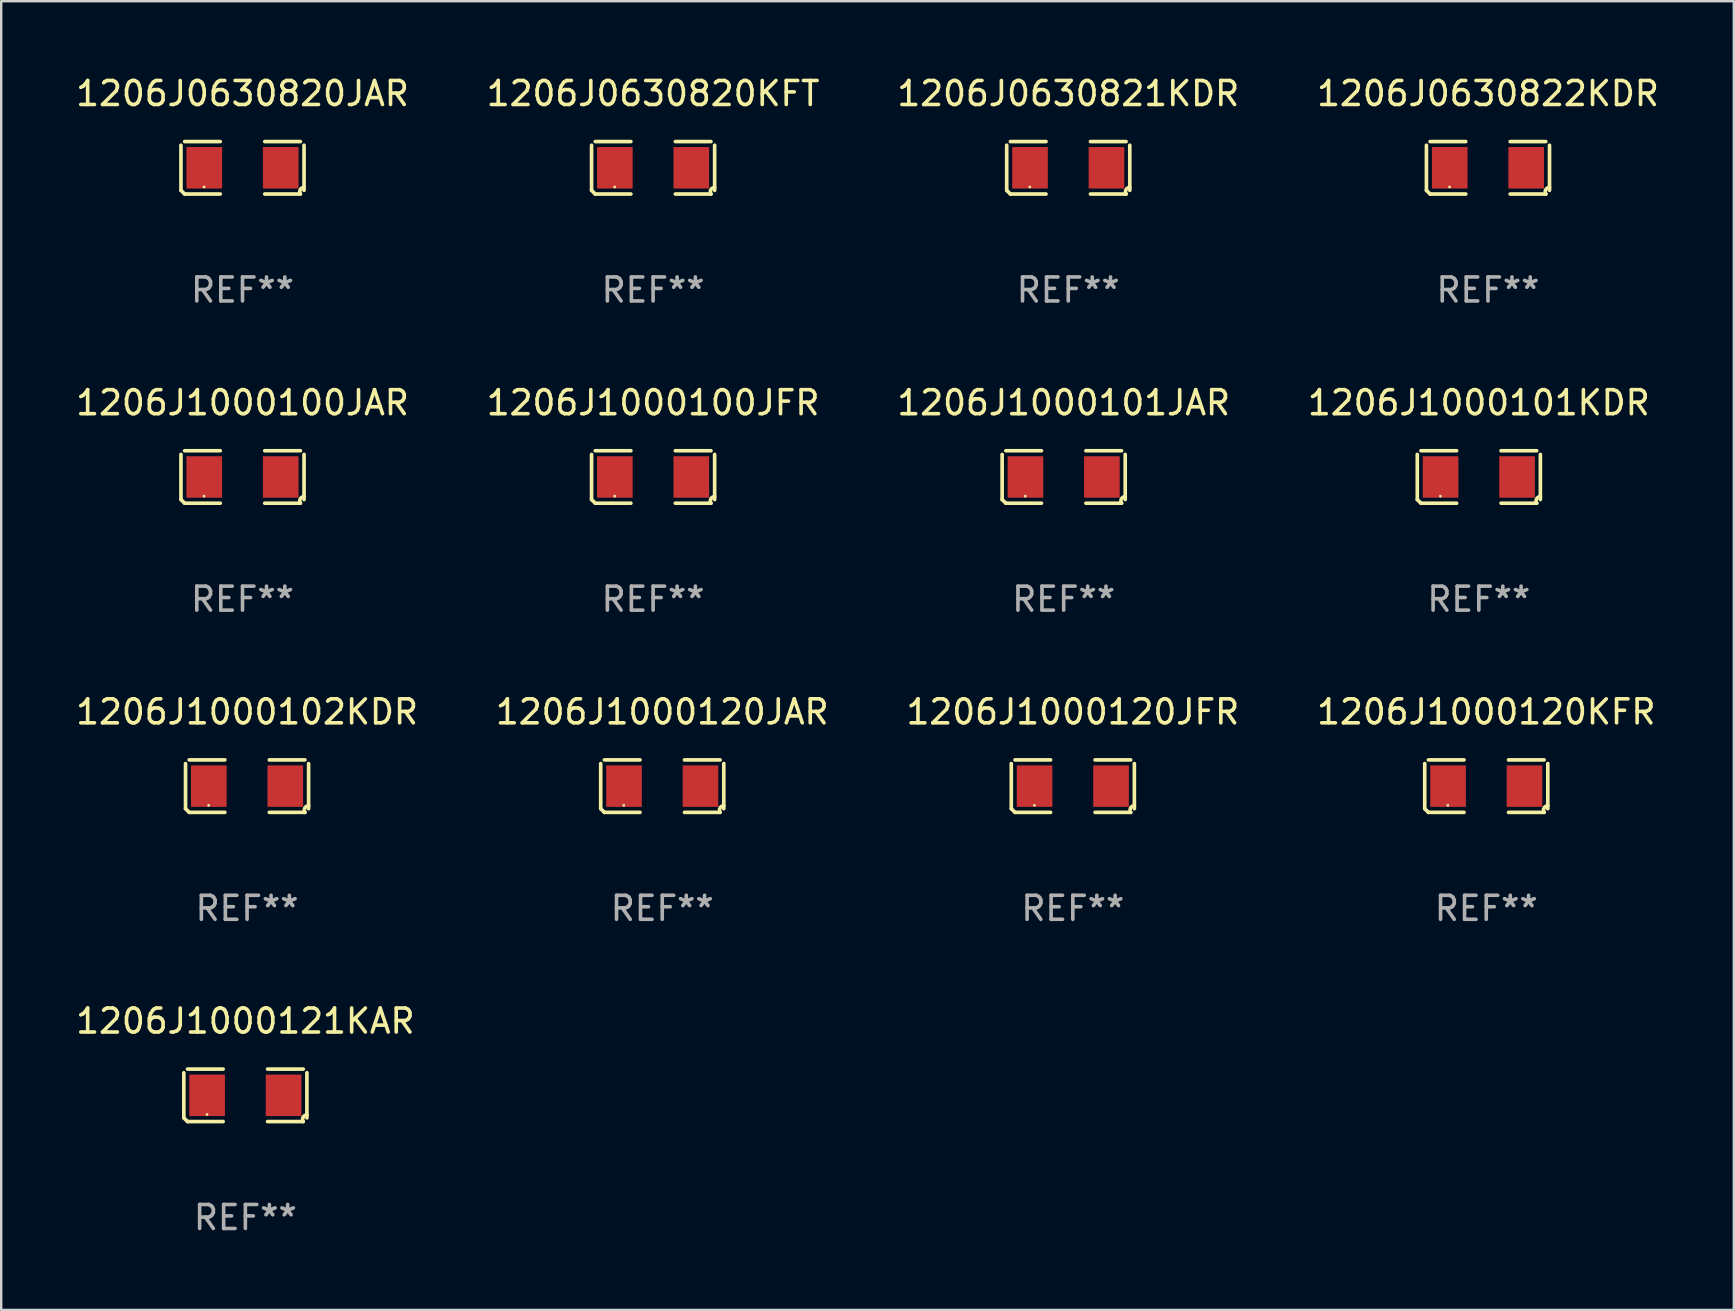
<source format=kicad_pcb>
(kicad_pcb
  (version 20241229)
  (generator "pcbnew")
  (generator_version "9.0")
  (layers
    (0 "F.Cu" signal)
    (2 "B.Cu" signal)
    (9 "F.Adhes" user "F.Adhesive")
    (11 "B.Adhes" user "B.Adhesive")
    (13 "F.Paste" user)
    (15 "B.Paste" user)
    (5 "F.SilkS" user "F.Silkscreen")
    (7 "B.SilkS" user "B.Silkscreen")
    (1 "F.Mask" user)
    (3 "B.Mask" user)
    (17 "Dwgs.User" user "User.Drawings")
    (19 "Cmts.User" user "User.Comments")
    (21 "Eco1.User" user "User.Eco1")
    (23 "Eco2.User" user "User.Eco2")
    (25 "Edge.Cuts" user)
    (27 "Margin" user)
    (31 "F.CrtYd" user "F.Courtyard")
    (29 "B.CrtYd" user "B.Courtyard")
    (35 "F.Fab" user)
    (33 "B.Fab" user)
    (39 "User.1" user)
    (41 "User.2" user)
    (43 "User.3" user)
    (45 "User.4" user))
  (footprint "1206J0630822KDR"
    (layer "F.Cu")
    (at 58.946 3.941)
    (property "Reference" "1206J0630822KDR" (at 0 -3.093 0) (layer "F.SilkS") (effects (font (size 1 1) (thickness 0.15))))
    (attr through_hole)
    (fp_line (start -2.564 0.94) (end -2.564 -0.94) (stroke (width 0.152) (type solid)) (layer "F.SilkS"))
    (fp_line (start -2.411 -1.093) (end -0.926 -1.093) (stroke (width 0.152) (type solid)) (layer "F.SilkS"))
    (fp_line (start -0.926 1.093) (end -2.411 1.093) (stroke (width 0.152) (type solid)) (layer "F.SilkS"))
    (fp_line (start 0.926 1.093) (end 2.411 1.093) (stroke (width 0.152) (type solid)) (layer "F.SilkS"))
    (fp_line (start 2.411 -1.093) (end 0.926 -1.093) (stroke (width 0.152) (type solid)) (layer "F.SilkS"))
    (fp_line (start 2.564 0.94) (end 2.564 -0.94) (stroke (width 0.152) (type solid)) (layer "F.SilkS"))
    (fp_arc (start -2.411201 1.092609) (mid -2.487413 1.01642) (end -2.563602 0.940208) (stroke (width 0.1524) (type solid)) (layer "F.SilkS"))
    (fp_arc (start 2.411201 1.092609) (mid 2.407159 0.911226) (end 2.563602 0.819347) (stroke (width 0.1524) (type solid)) (layer "F.SilkS"))
    (fp_circle (center -1.6 0.8) (end -1.57 0.8) (stroke (width 0.06) (type solid)) (fill no) (layer "F.SilkS"))
    (fp_text user "REF**" (at 0 5.093 0) (layer "F.Fab") (effects (font (size 1 1) (thickness 0.15))))
    (pad "1" smd rect (at -1.593 0) (size 1.485 1.728) (layers "F.Cu" "F.Mask" "F.Paste"))
    (pad "2" smd rect (at 1.593 0) (size 1.485 1.728) (layers "F.Cu" "F.Mask" "F.Paste")))
  (footprint "1206J1000121KAR"
    (layer "F.Cu")
    (at 7.173 42.586)
    (property "Reference" "1206J1000121KAR" (at 0 -3.093 0) (layer "F.SilkS") (effects (font (size 1 1) (thickness 0.15))))
    (attr through_hole)
    (fp_line (start -2.564 0.94) (end -2.564 -0.94) (stroke (width 0.152) (type solid)) (layer "F.SilkS"))
    (fp_line (start -2.411 -1.093) (end -0.926 -1.093) (stroke (width 0.152) (type solid)) (layer "F.SilkS"))
    (fp_line (start -0.926 1.093) (end -2.411 1.093) (stroke (width 0.152) (type solid)) (layer "F.SilkS"))
    (fp_line (start 0.926 1.093) (end 2.411 1.093) (stroke (width 0.152) (type solid)) (layer "F.SilkS"))
    (fp_line (start 2.411 -1.093) (end 0.926 -1.093) (stroke (width 0.152) (type solid)) (layer "F.SilkS"))
    (fp_line (start 2.564 0.94) (end 2.564 -0.94) (stroke (width 0.152) (type solid)) (layer "F.SilkS"))
    (fp_arc (start -2.411201 1.092609) (mid -2.487413 1.01642) (end -2.563602 0.940208) (stroke (width 0.1524) (type solid)) (layer "F.SilkS"))
    (fp_arc (start 2.411201 1.092609) (mid 2.407159 0.911226) (end 2.563602 0.819347) (stroke (width 0.1524) (type solid)) (layer "F.SilkS"))
    (fp_circle (center -1.6 0.8) (end -1.57 0.8) (stroke (width 0.06) (type solid)) (fill no) (layer "F.SilkS"))
    (fp_text user "REF**" (at 0 5.093 0) (layer "F.Fab") (effects (font (size 1 1) (thickness 0.15))))
    (pad "1" smd rect (at -1.593 0) (size 1.485 1.728) (layers "F.Cu" "F.Mask" "F.Paste"))
    (pad "2" smd rect (at 1.593 0) (size 1.485 1.728) (layers "F.Cu" "F.Mask" "F.Paste")))
  (footprint "1206J1000101KDR"
    (layer "F.Cu")
    (at 58.565 16.823)
    (property "Reference" "1206J1000101KDR" (at 0 -3.093 0) (layer "F.SilkS") (effects (font (size 1 1) (thickness 0.15))))
    (attr through_hole)
    (fp_line (start -2.564 0.94) (end -2.564 -0.94) (stroke (width 0.152) (type solid)) (layer "F.SilkS"))
    (fp_line (start -2.411 -1.093) (end -0.926 -1.093) (stroke (width 0.152) (type solid)) (layer "F.SilkS"))
    (fp_line (start -0.926 1.093) (end -2.411 1.093) (stroke (width 0.152) (type solid)) (layer "F.SilkS"))
    (fp_line (start 0.926 1.093) (end 2.411 1.093) (stroke (width 0.152) (type solid)) (layer "F.SilkS"))
    (fp_line (start 2.411 -1.093) (end 0.926 -1.093) (stroke (width 0.152) (type solid)) (layer "F.SilkS"))
    (fp_line (start 2.564 0.94) (end 2.564 -0.94) (stroke (width 0.152) (type solid)) (layer "F.SilkS"))
    (fp_arc (start -2.411201 1.092609) (mid -2.487413 1.01642) (end -2.563602 0.940208) (stroke (width 0.1524) (type solid)) (layer "F.SilkS"))
    (fp_arc (start 2.411201 1.092609) (mid 2.407159 0.911226) (end 2.563602 0.819347) (stroke (width 0.1524) (type solid)) (layer "F.SilkS"))
    (fp_circle (center -1.6 0.8) (end -1.57 0.8) (stroke (width 0.06) (type solid)) (fill no) (layer "F.SilkS"))
    (fp_text user "REF**" (at 0 5.093 0) (layer "F.Fab") (effects (font (size 1 1) (thickness 0.15))))
    (pad "1" smd rect (at -1.593 0) (size 1.485 1.728) (layers "F.Cu" "F.Mask" "F.Paste"))
    (pad "2" smd rect (at 1.593 0) (size 1.485 1.728) (layers "F.Cu" "F.Mask" "F.Paste")))
  (footprint "1206J0630820JAR"
    (layer "F.Cu")
    (at 7.054 3.941)
    (property "Reference" "1206J0630820JAR" (at 0 -3.093 0) (layer "F.SilkS") (effects (font (size 1 1) (thickness 0.15))))
    (attr through_hole)
    (fp_line (start -2.564 0.94) (end -2.564 -0.94) (stroke (width 0.152) (type solid)) (layer "F.SilkS"))
    (fp_line (start -2.411 -1.093) (end -0.926 -1.093) (stroke (width 0.152) (type solid)) (layer "F.SilkS"))
    (fp_line (start -0.926 1.093) (end -2.411 1.093) (stroke (width 0.152) (type solid)) (layer "F.SilkS"))
    (fp_line (start 0.926 1.093) (end 2.411 1.093) (stroke (width 0.152) (type solid)) (layer "F.SilkS"))
    (fp_line (start 2.411 -1.093) (end 0.926 -1.093) (stroke (width 0.152) (type solid)) (layer "F.SilkS"))
    (fp_line (start 2.564 0.94) (end 2.564 -0.94) (stroke (width 0.152) (type solid)) (layer "F.SilkS"))
    (fp_arc (start -2.411201 1.092609) (mid -2.487413 1.01642) (end -2.563602 0.940208) (stroke (width 0.1524) (type solid)) (layer "F.SilkS"))
    (fp_arc (start 2.411201 1.092609) (mid 2.407159 0.911226) (end 2.563602 0.819347) (stroke (width 0.1524) (type solid)) (layer "F.SilkS"))
    (fp_circle (center -1.6 0.8) (end -1.57 0.8) (stroke (width 0.06) (type solid)) (fill no) (layer "F.SilkS"))
    (fp_text user "REF**" (at 0 5.093 0) (layer "F.Fab") (effects (font (size 1 1) (thickness 0.15))))
    (pad "1" smd rect (at -1.593 0) (size 1.485 1.728) (layers "F.Cu" "F.Mask" "F.Paste"))
    (pad "2" smd rect (at 1.593 0) (size 1.485 1.728) (layers "F.Cu" "F.Mask" "F.Paste")))
  (footprint "1206J1000120JAR"
    (layer "F.Cu")
    (at 24.542 29.704)
    (property "Reference" "1206J1000120JAR" (at 0 -3.093 0) (layer "F.SilkS") (effects (font (size 1 1) (thickness 0.15))))
    (attr through_hole)
    (fp_line (start -2.564 0.94) (end -2.564 -0.94) (stroke (width 0.152) (type solid)) (layer "F.SilkS"))
    (fp_line (start -2.411 -1.093) (end -0.926 -1.093) (stroke (width 0.152) (type solid)) (layer "F.SilkS"))
    (fp_line (start -0.926 1.093) (end -2.411 1.093) (stroke (width 0.152) (type solid)) (layer "F.SilkS"))
    (fp_line (start 0.926 1.093) (end 2.411 1.093) (stroke (width 0.152) (type solid)) (layer "F.SilkS"))
    (fp_line (start 2.411 -1.093) (end 0.926 -1.093) (stroke (width 0.152) (type solid)) (layer "F.SilkS"))
    (fp_line (start 2.564 0.94) (end 2.564 -0.94) (stroke (width 0.152) (type solid)) (layer "F.SilkS"))
    (fp_arc (start -2.411201 1.092609) (mid -2.487413 1.01642) (end -2.563602 0.940208) (stroke (width 0.1524) (type solid)) (layer "F.SilkS"))
    (fp_arc (start 2.411201 1.092609) (mid 2.407159 0.911226) (end 2.563602 0.819347) (stroke (width 0.1524) (type solid)) (layer "F.SilkS"))
    (fp_circle (center -1.6 0.8) (end -1.57 0.8) (stroke (width 0.06) (type solid)) (fill no) (layer "F.SilkS"))
    (fp_text user "REF**" (at 0 5.093 0) (layer "F.Fab") (effects (font (size 1 1) (thickness 0.15))))
    (pad "1" smd rect (at -1.593 0) (size 1.485 1.728) (layers "F.Cu" "F.Mask" "F.Paste"))
    (pad "2" smd rect (at 1.593 0) (size 1.485 1.728) (layers "F.Cu" "F.Mask" "F.Paste")))
  (footprint "1206J1000120KFR"
    (layer "F.Cu")
    (at 58.875 29.704)
    (property "Reference" "1206J1000120KFR" (at 0 -3.093 0) (layer "F.SilkS") (effects (font (size 1 1) (thickness 0.15))))
    (attr through_hole)
    (fp_line (start -2.564 0.94) (end -2.564 -0.94) (stroke (width 0.152) (type solid)) (layer "F.SilkS"))
    (fp_line (start -2.411 -1.093) (end -0.926 -1.093) (stroke (width 0.152) (type solid)) (layer "F.SilkS"))
    (fp_line (start -0.926 1.093) (end -2.411 1.093) (stroke (width 0.152) (type solid)) (layer "F.SilkS"))
    (fp_line (start 0.926 1.093) (end 2.411 1.093) (stroke (width 0.152) (type solid)) (layer "F.SilkS"))
    (fp_line (start 2.411 -1.093) (end 0.926 -1.093) (stroke (width 0.152) (type solid)) (layer "F.SilkS"))
    (fp_line (start 2.564 0.94) (end 2.564 -0.94) (stroke (width 0.152) (type solid)) (layer "F.SilkS"))
    (fp_arc (start -2.411201 1.092609) (mid -2.487413 1.01642) (end -2.563602 0.940208) (stroke (width 0.1524) (type solid)) (layer "F.SilkS"))
    (fp_arc (start 2.411201 1.092609) (mid 2.407159 0.911226) (end 2.563602 0.819347) (stroke (width 0.1524) (type solid)) (layer "F.SilkS"))
    (fp_circle (center -1.6 0.8) (end -1.57 0.8) (stroke (width 0.06) (type solid)) (fill no) (layer "F.SilkS"))
    (fp_text user "REF**" (at 0 5.093 0) (layer "F.Fab") (effects (font (size 1 1) (thickness 0.15))))
    (pad "1" smd rect (at -1.593 0) (size 1.485 1.728) (layers "F.Cu" "F.Mask" "F.Paste"))
    (pad "2" smd rect (at 1.593 0) (size 1.485 1.728) (layers "F.Cu" "F.Mask" "F.Paste")))
  (footprint "1206J0630821KDR"
    (layer "F.Cu")
    (at 41.458 3.941)
    (property "Reference" "1206J0630821KDR" (at 0 -3.093 0) (layer "F.SilkS") (effects (font (size 1 1) (thickness 0.15))))
    (attr through_hole)
    (fp_line (start -2.564 0.94) (end -2.564 -0.94) (stroke (width 0.152) (type solid)) (layer "F.SilkS"))
    (fp_line (start -2.411 -1.093) (end -0.926 -1.093) (stroke (width 0.152) (type solid)) (layer "F.SilkS"))
    (fp_line (start -0.926 1.093) (end -2.411 1.093) (stroke (width 0.152) (type solid)) (layer "F.SilkS"))
    (fp_line (start 0.926 1.093) (end 2.411 1.093) (stroke (width 0.152) (type solid)) (layer "F.SilkS"))
    (fp_line (start 2.411 -1.093) (end 0.926 -1.093) (stroke (width 0.152) (type solid)) (layer "F.SilkS"))
    (fp_line (start 2.564 0.94) (end 2.564 -0.94) (stroke (width 0.152) (type solid)) (layer "F.SilkS"))
    (fp_arc (start -2.411201 1.092609) (mid -2.487413 1.01642) (end -2.563602 0.940208) (stroke (width 0.1524) (type solid)) (layer "F.SilkS"))
    (fp_arc (start 2.411201 1.092609) (mid 2.407159 0.911226) (end 2.563602 0.819347) (stroke (width 0.1524) (type solid)) (layer "F.SilkS"))
    (fp_circle (center -1.6 0.8) (end -1.57 0.8) (stroke (width 0.06) (type solid)) (fill no) (layer "F.SilkS"))
    (fp_text user "REF**" (at 0 5.093 0) (layer "F.Fab") (effects (font (size 1 1) (thickness 0.15))))
    (pad "1" smd rect (at -1.593 0) (size 1.485 1.728) (layers "F.Cu" "F.Mask" "F.Paste"))
    (pad "2" smd rect (at 1.593 0) (size 1.485 1.728) (layers "F.Cu" "F.Mask" "F.Paste")))
  (footprint "1206J1000101JAR"
    (layer "F.Cu")
    (at 41.268 16.823)
    (property "Reference" "1206J1000101JAR" (at 0 -3.093 0) (layer "F.SilkS") (effects (font (size 1 1) (thickness 0.15))))
    (attr through_hole)
    (fp_line (start -2.564 0.94) (end -2.564 -0.94) (stroke (width 0.152) (type solid)) (layer "F.SilkS"))
    (fp_line (start -2.411 -1.093) (end -0.926 -1.093) (stroke (width 0.152) (type solid)) (layer "F.SilkS"))
    (fp_line (start -0.926 1.093) (end -2.411 1.093) (stroke (width 0.152) (type solid)) (layer "F.SilkS"))
    (fp_line (start 0.926 1.093) (end 2.411 1.093) (stroke (width 0.152) (type solid)) (layer "F.SilkS"))
    (fp_line (start 2.411 -1.093) (end 0.926 -1.093) (stroke (width 0.152) (type solid)) (layer "F.SilkS"))
    (fp_line (start 2.564 0.94) (end 2.564 -0.94) (stroke (width 0.152) (type solid)) (layer "F.SilkS"))
    (fp_arc (start -2.411201 1.092609) (mid -2.487413 1.01642) (end -2.563602 0.940208) (stroke (width 0.1524) (type solid)) (layer "F.SilkS"))
    (fp_arc (start 2.411201 1.092609) (mid 2.407159 0.911226) (end 2.563602 0.819347) (stroke (width 0.1524) (type solid)) (layer "F.SilkS"))
    (fp_circle (center -1.6 0.8) (end -1.57 0.8) (stroke (width 0.06) (type solid)) (fill no) (layer "F.SilkS"))
    (fp_text user "REF**" (at 0 5.093 0) (layer "F.Fab") (effects (font (size 1 1) (thickness 0.15))))
    (pad "1" smd rect (at -1.593 0) (size 1.485 1.728) (layers "F.Cu" "F.Mask" "F.Paste"))
    (pad "2" smd rect (at 1.593 0) (size 1.485 1.728) (layers "F.Cu" "F.Mask" "F.Paste")))
  (footprint "1206J1000120JFR"
    (layer "F.Cu")
    (at 41.649 29.704)
    (property "Reference" "1206J1000120JFR" (at 0 -3.093 0) (layer "F.SilkS") (effects (font (size 1 1) (thickness 0.15))))
    (attr through_hole)
    (fp_line (start -2.564 0.94) (end -2.564 -0.94) (stroke (width 0.152) (type solid)) (layer "F.SilkS"))
    (fp_line (start -2.411 -1.093) (end -0.926 -1.093) (stroke (width 0.152) (type solid)) (layer "F.SilkS"))
    (fp_line (start -0.926 1.093) (end -2.411 1.093) (stroke (width 0.152) (type solid)) (layer "F.SilkS"))
    (fp_line (start 0.926 1.093) (end 2.411 1.093) (stroke (width 0.152) (type solid)) (layer "F.SilkS"))
    (fp_line (start 2.411 -1.093) (end 0.926 -1.093) (stroke (width 0.152) (type solid)) (layer "F.SilkS"))
    (fp_line (start 2.564 0.94) (end 2.564 -0.94) (stroke (width 0.152) (type solid)) (layer "F.SilkS"))
    (fp_arc (start -2.411201 1.092609) (mid -2.487413 1.01642) (end -2.563602 0.940208) (stroke (width 0.1524) (type solid)) (layer "F.SilkS"))
    (fp_arc (start 2.411201 1.092609) (mid 2.407159 0.911226) (end 2.563602 0.819347) (stroke (width 0.1524) (type solid)) (layer "F.SilkS"))
    (fp_circle (center -1.6 0.8) (end -1.57 0.8) (stroke (width 0.06) (type solid)) (fill no) (layer "F.SilkS"))
    (fp_text user "REF**" (at 0 5.093 0) (layer "F.Fab") (effects (font (size 1 1) (thickness 0.15))))
    (pad "1" smd rect (at -1.593 0) (size 1.485 1.728) (layers "F.Cu" "F.Mask" "F.Paste"))
    (pad "2" smd rect (at 1.593 0) (size 1.485 1.728) (layers "F.Cu" "F.Mask" "F.Paste")))
  (footprint "1206J0630820KFT"
    (layer "F.Cu")
    (at 24.161 3.941)
    (property "Reference" "1206J0630820KFT" (at 0 -3.093 0) (layer "F.SilkS") (effects (font (size 1 1) (thickness 0.15))))
    (attr through_hole)
    (fp_line (start -2.564 0.94) (end -2.564 -0.94) (stroke (width 0.152) (type solid)) (layer "F.SilkS"))
    (fp_line (start -2.411 -1.093) (end -0.926 -1.093) (stroke (width 0.152) (type solid)) (layer "F.SilkS"))
    (fp_line (start -0.926 1.093) (end -2.411 1.093) (stroke (width 0.152) (type solid)) (layer "F.SilkS"))
    (fp_line (start 0.926 1.093) (end 2.411 1.093) (stroke (width 0.152) (type solid)) (layer "F.SilkS"))
    (fp_line (start 2.411 -1.093) (end 0.926 -1.093) (stroke (width 0.152) (type solid)) (layer "F.SilkS"))
    (fp_line (start 2.564 0.94) (end 2.564 -0.94) (stroke (width 0.152) (type solid)) (layer "F.SilkS"))
    (fp_arc (start -2.411201 1.092609) (mid -2.487413 1.01642) (end -2.563602 0.940208) (stroke (width 0.1524) (type solid)) (layer "F.SilkS"))
    (fp_arc (start 2.411201 1.092609) (mid 2.407159 0.911226) (end 2.563602 0.819347) (stroke (width 0.1524) (type solid)) (layer "F.SilkS"))
    (fp_circle (center -1.6 0.8) (end -1.57 0.8) (stroke (width 0.06) (type solid)) (fill no) (layer "F.SilkS"))
    (fp_text user "REF**" (at 0 5.093 0) (layer "F.Fab") (effects (font (size 1 1) (thickness 0.15))))
    (pad "1" smd rect (at -1.593 0) (size 1.485 1.728) (layers "F.Cu" "F.Mask" "F.Paste"))
    (pad "2" smd rect (at 1.593 0) (size 1.485 1.728) (layers "F.Cu" "F.Mask" "F.Paste")))
  (footprint "1206J1000102KDR"
    (layer "F.Cu")
    (at 7.244 29.704)
    (property "Reference" "1206J1000102KDR" (at 0 -3.093 0) (layer "F.SilkS") (effects (font (size 1 1) (thickness 0.15))))
    (attr through_hole)
    (fp_line (start -2.564 0.94) (end -2.564 -0.94) (stroke (width 0.152) (type solid)) (layer "F.SilkS"))
    (fp_line (start -2.411 -1.093) (end -0.926 -1.093) (stroke (width 0.152) (type solid)) (layer "F.SilkS"))
    (fp_line (start -0.926 1.093) (end -2.411 1.093) (stroke (width 0.152) (type solid)) (layer "F.SilkS"))
    (fp_line (start 0.926 1.093) (end 2.411 1.093) (stroke (width 0.152) (type solid)) (layer "F.SilkS"))
    (fp_line (start 2.411 -1.093) (end 0.926 -1.093) (stroke (width 0.152) (type solid)) (layer "F.SilkS"))
    (fp_line (start 2.564 0.94) (end 2.564 -0.94) (stroke (width 0.152) (type solid)) (layer "F.SilkS"))
    (fp_arc (start -2.411201 1.092609) (mid -2.487413 1.01642) (end -2.563602 0.940208) (stroke (width 0.1524) (type solid)) (layer "F.SilkS"))
    (fp_arc (start 2.411201 1.092609) (mid 2.407159 0.911226) (end 2.563602 0.819347) (stroke (width 0.1524) (type solid)) (layer "F.SilkS"))
    (fp_circle (center -1.6 0.8) (end -1.57 0.8) (stroke (width 0.06) (type solid)) (fill no) (layer "F.SilkS"))
    (fp_text user "REF**" (at 0 5.093 0) (layer "F.Fab") (effects (font (size 1 1) (thickness 0.15))))
    (pad "1" smd rect (at -1.593 0) (size 1.485 1.728) (layers "F.Cu" "F.Mask" "F.Paste"))
    (pad "2" smd rect (at 1.593 0) (size 1.485 1.728) (layers "F.Cu" "F.Mask" "F.Paste")))
  (footprint "1206J1000100JFR"
    (layer "F.Cu")
    (at 24.161 16.823)
    (property "Reference" "1206J1000100JFR" (at 0 -3.093 0) (layer "F.SilkS") (effects (font (size 1 1) (thickness 0.15))))
    (attr through_hole)
    (fp_line (start -2.564 0.94) (end -2.564 -0.94) (stroke (width 0.152) (type solid)) (layer "F.SilkS"))
    (fp_line (start -2.411 -1.093) (end -0.926 -1.093) (stroke (width 0.152) (type solid)) (layer "F.SilkS"))
    (fp_line (start -0.926 1.093) (end -2.411 1.093) (stroke (width 0.152) (type solid)) (layer "F.SilkS"))
    (fp_line (start 0.926 1.093) (end 2.411 1.093) (stroke (width 0.152) (type solid)) (layer "F.SilkS"))
    (fp_line (start 2.411 -1.093) (end 0.926 -1.093) (stroke (width 0.152) (type solid)) (layer "F.SilkS"))
    (fp_line (start 2.564 0.94) (end 2.564 -0.94) (stroke (width 0.152) (type solid)) (layer "F.SilkS"))
    (fp_arc (start -2.411201 1.092609) (mid -2.487413 1.01642) (end -2.563602 0.940208) (stroke (width 0.1524) (type solid)) (layer "F.SilkS"))
    (fp_arc (start 2.411201 1.092609) (mid 2.407159 0.911226) (end 2.563602 0.819347) (stroke (width 0.1524) (type solid)) (layer "F.SilkS"))
    (fp_circle (center -1.6 0.8) (end -1.57 0.8) (stroke (width 0.06) (type solid)) (fill no) (layer "F.SilkS"))
    (fp_text user "REF**" (at 0 5.093 0) (layer "F.Fab") (effects (font (size 1 1) (thickness 0.15))))
    (pad "1" smd rect (at -1.593 0) (size 1.485 1.728) (layers "F.Cu" "F.Mask" "F.Paste"))
    (pad "2" smd rect (at 1.593 0) (size 1.485 1.728) (layers "F.Cu" "F.Mask" "F.Paste")))
  (footprint "1206J1000100JAR"
    (layer "F.Cu")
    (at 7.054 16.823)
    (property "Reference" "1206J1000100JAR" (at 0 -3.093 0) (layer "F.SilkS") (effects (font (size 1 1) (thickness 0.15))))
    (attr through_hole)
    (fp_line (start -2.564 0.94) (end -2.564 -0.94) (stroke (width 0.152) (type solid)) (layer "F.SilkS"))
    (fp_line (start -2.411 -1.093) (end -0.926 -1.093) (stroke (width 0.152) (type solid)) (layer "F.SilkS"))
    (fp_line (start -0.926 1.093) (end -2.411 1.093) (stroke (width 0.152) (type solid)) (layer "F.SilkS"))
    (fp_line (start 0.926 1.093) (end 2.411 1.093) (stroke (width 0.152) (type solid)) (layer "F.SilkS"))
    (fp_line (start 2.411 -1.093) (end 0.926 -1.093) (stroke (width 0.152) (type solid)) (layer "F.SilkS"))
    (fp_line (start 2.564 0.94) (end 2.564 -0.94) (stroke (width 0.152) (type solid)) (layer "F.SilkS"))
    (fp_arc (start -2.411201 1.092609) (mid -2.487413 1.01642) (end -2.563602 0.940208) (stroke (width 0.1524) (type solid)) (layer "F.SilkS"))
    (fp_arc (start 2.411201 1.092609) (mid 2.407159 0.911226) (end 2.563602 0.819347) (stroke (width 0.1524) (type solid)) (layer "F.SilkS"))
    (fp_circle (center -1.6 0.8) (end -1.57 0.8) (stroke (width 0.06) (type solid)) (fill no) (layer "F.SilkS"))
    (fp_text user "REF**" (at 0 5.093 0) (layer "F.Fab") (effects (font (size 1 1) (thickness 0.15))))
    (pad "1" smd rect (at -1.593 0) (size 1.485 1.728) (layers "F.Cu" "F.Mask" "F.Paste"))
    (pad "2" smd rect (at 1.593 0) (size 1.485 1.728) (layers "F.Cu" "F.Mask" "F.Paste")))
  (gr_rect
    (start -3 -3)
    (end 69.19 51.527)
    (stroke (width 0.1) (type default))
    (fill no)
    (layer "Edge.Cuts")))
</source>
